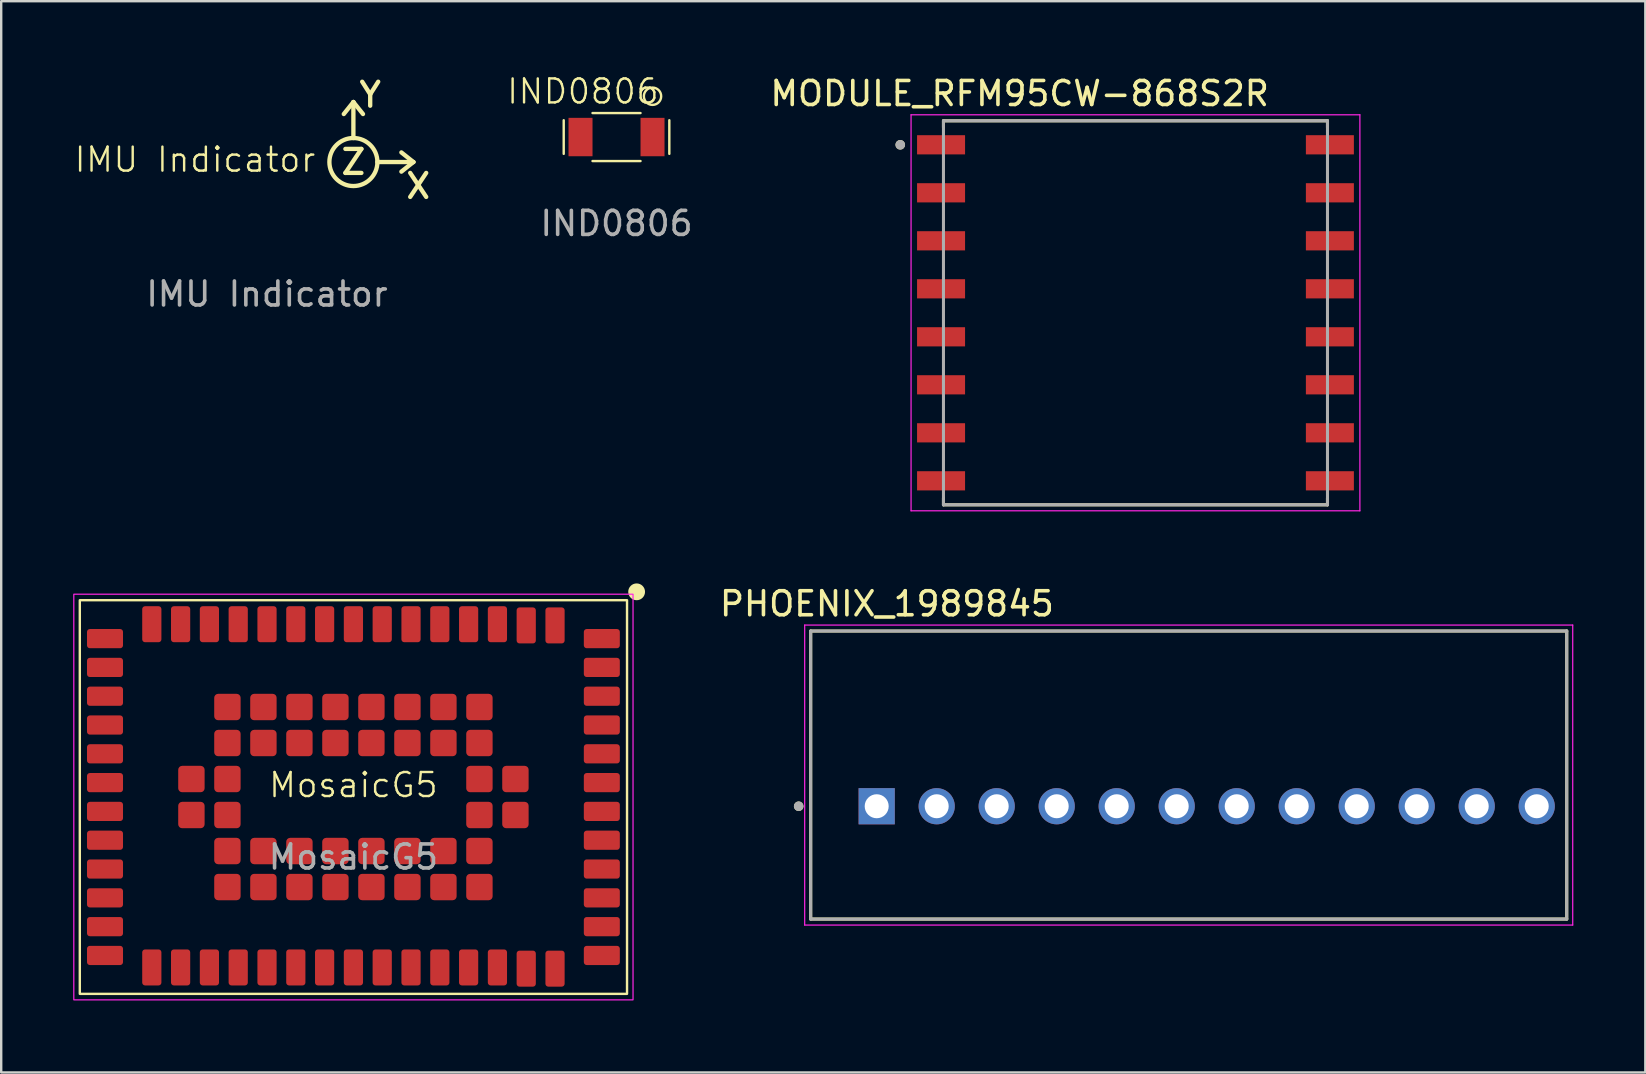
<source format=kicad_pcb>
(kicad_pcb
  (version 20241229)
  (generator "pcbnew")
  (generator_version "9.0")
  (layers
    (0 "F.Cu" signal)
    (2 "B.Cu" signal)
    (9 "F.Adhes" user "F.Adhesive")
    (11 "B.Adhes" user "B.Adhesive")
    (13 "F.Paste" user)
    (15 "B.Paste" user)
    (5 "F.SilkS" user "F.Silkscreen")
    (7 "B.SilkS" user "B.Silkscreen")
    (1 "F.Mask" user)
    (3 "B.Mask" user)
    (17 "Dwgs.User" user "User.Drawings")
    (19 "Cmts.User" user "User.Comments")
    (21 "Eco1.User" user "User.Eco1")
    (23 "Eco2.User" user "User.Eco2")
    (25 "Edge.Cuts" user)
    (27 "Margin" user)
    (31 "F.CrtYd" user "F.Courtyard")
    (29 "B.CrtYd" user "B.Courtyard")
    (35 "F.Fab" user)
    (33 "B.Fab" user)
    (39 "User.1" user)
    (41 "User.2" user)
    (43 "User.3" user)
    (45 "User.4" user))
  (footprint "PHOENIX_1989845"
    (layer "F.Cu")
    (at 30.727 35.242)
    (property "Reference" "PHOENIX_1989845" (at 3.175 -13.135 0) (layer "F.SilkS") (effects (font (size 1 1) (thickness 0.15))))
    (attr through_hole)
    (fp_line (start 0 -12) (end 0 0) (stroke (width 0.127) (type solid)) (layer "F.SilkS"))
    (fp_line (start 0 0) (end 31.5 0) (stroke (width 0.127) (type solid)) (layer "F.SilkS"))
    (fp_line (start 31.5 -12) (end 0 -12) (stroke (width 0.127) (type solid)) (layer "F.SilkS"))
    (fp_line (start 31.5 0) (end 31.5 -12) (stroke (width 0.127) (type solid)) (layer "F.SilkS"))
    (fp_circle (center -0.5 -4.7) (end -0.4 -4.7) (stroke (width 0.2) (type solid)) (fill no) (layer "F.SilkS"))
    (fp_line (start -0.25 -12.25) (end -0.25 0.25) (stroke (width 0.05) (type solid)) (layer "F.CrtYd"))
    (fp_line (start -0.25 0.25) (end 31.75 0.25) (stroke (width 0.05) (type solid)) (layer "F.CrtYd"))
    (fp_line (start 31.75 -12.25) (end -0.25 -12.25) (stroke (width 0.05) (type solid)) (layer "F.CrtYd"))
    (fp_line (start 31.75 0.25) (end 31.75 -12.25) (stroke (width 0.05) (type solid)) (layer "F.CrtYd"))
    (fp_line (start 0 -12) (end 0 0) (stroke (width 0.127) (type solid)) (layer "F.Fab"))
    (fp_line (start 0 0) (end 31.5 0) (stroke (width 0.127) (type solid)) (layer "F.Fab"))
    (fp_line (start 31.5 -12) (end 0 -12) (stroke (width 0.127) (type solid)) (layer "F.Fab"))
    (fp_line (start 31.5 0) (end 31.5 -12) (stroke (width 0.127) (type solid)) (layer "F.Fab"))
    (fp_circle (center -0.5 -4.7) (end -0.4 -4.7) (stroke (width 0.2) (type solid)) (fill no) (layer "F.Fab"))
    (pad "1" thru_hole rect (at 2.75 -4.7) (size 1.508 1.508) (drill 1) (layers "*.Cu" "*.Mask"))
    (pad "2" thru_hole circle (at 5.25 -4.7) (size 1.508 1.508) (drill 1) (layers "*.Cu" "*.Mask"))
    (pad "3" thru_hole circle (at 7.75 -4.7) (size 1.508 1.508) (drill 1) (layers "*.Cu" "*.Mask"))
    (pad "4" thru_hole circle (at 10.25 -4.7) (size 1.508 1.508) (drill 1) (layers "*.Cu" "*.Mask"))
    (pad "5" thru_hole circle (at 12.75 -4.7) (size 1.508 1.508) (drill 1) (layers "*.Cu" "*.Mask"))
    (pad "6" thru_hole circle (at 15.25 -4.7) (size 1.508 1.508) (drill 1) (layers "*.Cu" "*.Mask"))
    (pad "7" thru_hole circle (at 17.75 -4.7) (size 1.508 1.508) (drill 1) (layers "*.Cu" "*.Mask"))
    (pad "8" thru_hole circle (at 20.25 -4.7) (size 1.508 1.508) (drill 1) (layers "*.Cu" "*.Mask"))
    (pad "9" thru_hole circle (at 22.75 -4.7) (size 1.508 1.508) (drill 1) (layers "*.Cu" "*.Mask"))
    (pad "10" thru_hole circle (at 25.25 -4.7) (size 1.508 1.508) (drill 1) (layers "*.Cu" "*.Mask"))
    (pad "11" thru_hole circle (at 27.75 -4.7) (size 1.508 1.508) (drill 1) (layers "*.Cu" "*.Mask"))
    (pad "12" thru_hole circle (at 30.25 -4.7) (size 1.508 1.508) (drill 1) (layers "*.Cu" "*.Mask")))
  (footprint "MosaicG5"
    (layer "F.Cu")
    (at 11.675 30.158)
    (property "Reference" "MosaicG5" (at 0 -0.5 0) (unlocked yes) (layer "F.SilkS") (effects (font (size 1 1) (thickness 0.1))))
    (attr smd)
    (fp_rect (start -11.4 -8.2) (end 11.4 8.2) (stroke (width 0.1) (type solid)) (fill no) (layer "F.SilkS"))
    (fp_circle (center 11.8 -8.55) (end 12.1 -8.55) (stroke (width 0.1) (type solid)) (fill yes) (layer "F.SilkS"))
    (fp_rect (start -11.65 -8.45) (end 11.65 8.45) (stroke (width 0.05) (type solid)) (fill no) (layer "F.CrtYd"))
    (fp_text user "${REFERENCE}" (at 0 2.5 0) (unlocked yes) (layer "F.Fab") (effects (font (size 1 1) (thickness 0.15))))
    (pad "1" smd roundrect (at 8.4 -7.15) (size 0.8 1.5) (layers "F.Cu" "F.Mask" "F.Paste") (roundrect_rratio 0.15))
    (pad "2" smd roundrect (at 7.2 -7.15) (size 0.8 1.5) (layers "F.Cu" "F.Mask" "F.Paste") (roundrect_rratio 0.15))
    (pad "3" smd roundrect (at 6 -7.2) (size 0.8 1.5) (layers "F.Cu" "F.Mask" "F.Paste") (roundrect_rratio 0.15))
    (pad "4" smd roundrect (at 4.8 -7.2) (size 0.8 1.5) (layers "F.Cu" "F.Mask" "F.Paste") (roundrect_rratio 0.15))
    (pad "5" smd roundrect (at 3.6 -7.2) (size 0.8 1.5) (layers "F.Cu" "F.Mask" "F.Paste") (roundrect_rratio 0.15))
    (pad "6" smd roundrect (at 2.4 -7.2) (size 0.8 1.5) (layers "F.Cu" "F.Mask" "F.Paste") (roundrect_rratio 0.15))
    (pad "7" smd roundrect (at 1.2 -7.2) (size 0.8 1.5) (layers "F.Cu" "F.Mask" "F.Paste") (roundrect_rratio 0.15))
    (pad "8" smd roundrect (at 0 -7.2) (size 0.8 1.5) (layers "F.Cu" "F.Mask" "F.Paste") (roundrect_rratio 0.15))
    (pad "9" smd roundrect (at -1.2 -7.2) (size 0.8 1.5) (layers "F.Cu" "F.Mask" "F.Paste") (roundrect_rratio 0.15))
    (pad "10" smd roundrect (at -2.4 -7.2) (size 0.8 1.5) (layers "F.Cu" "F.Mask" "F.Paste") (roundrect_rratio 0.15))
    (pad "11" smd roundrect (at -3.6 -7.2) (size 0.8 1.5) (layers "F.Cu" "F.Mask" "F.Paste") (roundrect_rratio 0.15))
    (pad "12" smd roundrect (at -4.8 -7.2) (size 0.8 1.5) (layers "F.Cu" "F.Mask" "F.Paste") (roundrect_rratio 0.15))
    (pad "13" smd roundrect (at -6 -7.2) (size 0.8 1.5) (layers "F.Cu" "F.Mask" "F.Paste") (roundrect_rratio 0.15))
    (pad "14" smd roundrect (at -7.2 -7.2) (size 0.8 1.5) (layers "F.Cu" "F.Mask" "F.Paste") (roundrect_rratio 0.15))
    (pad "15" smd roundrect (at -8.4 -7.2) (size 0.8 1.5) (layers "F.Cu" "F.Mask" "F.Paste") (roundrect_rratio 0.15))
    (pad "16" smd roundrect (at -10.35 -6.6) (size 1.5 0.8) (layers "F.Cu" "F.Mask" "F.Paste") (roundrect_rratio 0.15))
    (pad "17" smd roundrect (at -10.35 -5.4) (size 1.5 0.8) (layers "F.Cu" "F.Mask" "F.Paste") (roundrect_rratio 0.15))
    (pad "18" smd roundrect (at -10.35 -4.2) (size 1.5 0.8) (layers "F.Cu" "F.Mask" "F.Paste") (roundrect_rratio 0.15))
    (pad "19" smd roundrect (at -10.35 -3) (size 1.5 0.8) (layers "F.Cu" "F.Mask" "F.Paste") (roundrect_rratio 0.15))
    (pad "20" smd roundrect (at -10.35 -1.8) (size 1.5 0.8) (layers "F.Cu" "F.Mask" "F.Paste") (roundrect_rratio 0.15))
    (pad "21" smd roundrect (at -10.35 -0.6) (size 1.5 0.8) (layers "F.Cu" "F.Mask" "F.Paste") (roundrect_rratio 0.15))
    (pad "22" smd roundrect (at -10.35 0.6) (size 1.5 0.8) (layers "F.Cu" "F.Mask" "F.Paste") (roundrect_rratio 0.15))
    (pad "23" smd roundrect (at -10.35 1.8) (size 1.5 0.8) (layers "F.Cu" "F.Mask" "F.Paste") (roundrect_rratio 0.15))
    (pad "24" smd roundrect (at -10.35 3) (size 1.5 0.8) (layers "F.Cu" "F.Mask" "F.Paste") (roundrect_rratio 0.15))
    (pad "25" smd roundrect (at -10.35 4.2) (size 1.5 0.8) (layers "F.Cu" "F.Mask" "F.Paste") (roundrect_rratio 0.15))
    (pad "26" smd roundrect (at -10.35 5.4) (size 1.5 0.8) (layers "F.Cu" "F.Mask" "F.Paste") (roundrect_rratio 0.15))
    (pad "27" smd roundrect (at -10.35 6.6) (size 1.5 0.8) (layers "F.Cu" "F.Mask" "F.Paste") (roundrect_rratio 0.15))
    (pad "28" smd roundrect (at -8.4 7.1) (size 0.8 1.5) (layers "F.Cu" "F.Mask" "F.Paste") (roundrect_rratio 0.15))
    (pad "29" smd roundrect (at -7.2 7.1) (size 0.8 1.5) (layers "F.Cu" "F.Mask" "F.Paste") (roundrect_rratio 0.15))
    (pad "30" smd roundrect (at -6 7.1) (size 0.8 1.5) (layers "F.Cu" "F.Mask" "F.Paste") (roundrect_rratio 0.15))
    (pad "31" smd roundrect (at -4.8 7.1) (size 0.8 1.5) (layers "F.Cu" "F.Mask" "F.Paste") (roundrect_rratio 0.15))
    (pad "32" smd roundrect (at -3.6 7.1) (size 0.8 1.5) (layers "F.Cu" "F.Mask" "F.Paste") (roundrect_rratio 0.15))
    (pad "33" smd roundrect (at -2.4 7.1) (size 0.8 1.5) (layers "F.Cu" "F.Mask" "F.Paste") (roundrect_rratio 0.15))
    (pad "34" smd roundrect (at -1.2 7.1) (size 0.8 1.5) (layers "F.Cu" "F.Mask" "F.Paste") (roundrect_rratio 0.15))
    (pad "35" smd roundrect (at 0 7.1) (size 0.8 1.5) (layers "F.Cu" "F.Mask" "F.Paste") (roundrect_rratio 0.15))
    (pad "36" smd roundrect (at 1.2 7.1) (size 0.8 1.5) (layers "F.Cu" "F.Mask" "F.Paste") (roundrect_rratio 0.15))
    (pad "37" smd roundrect (at 2.4 7.1) (size 0.8 1.5) (layers "F.Cu" "F.Mask" "F.Paste") (roundrect_rratio 0.15))
    (pad "38" smd roundrect (at 3.6 7.1) (size 0.8 1.5) (layers "F.Cu" "F.Mask" "F.Paste") (roundrect_rratio 0.15))
    (pad "39" smd roundrect (at 4.8 7.1) (size 0.8 1.5) (layers "F.Cu" "F.Mask" "F.Paste") (roundrect_rratio 0.15))
    (pad "40" smd roundrect (at 6 7.1) (size 0.8 1.5) (layers "F.Cu" "F.Mask" "F.Paste") (roundrect_rratio 0.15))
    (pad "41" smd roundrect (at 7.2 7.15) (size 0.8 1.5) (layers "F.Cu" "F.Mask" "F.Paste") (roundrect_rratio 0.15))
    (pad "42" smd roundrect (at 8.4 7.15) (size 0.8 1.5) (layers "F.Cu" "F.Mask" "F.Paste") (roundrect_rratio 0.15))
    (pad "43" smd roundrect (at 10.35 6.6) (size 1.5 0.8) (layers "F.Cu" "F.Mask" "F.Paste") (roundrect_rratio 0.15))
    (pad "44" smd roundrect (at 10.35 5.4) (size 1.5 0.8) (layers "F.Cu" "F.Mask" "F.Paste") (roundrect_rratio 0.15))
    (pad "45" smd roundrect (at 10.35 4.2) (size 1.5 0.8) (layers "F.Cu" "F.Mask" "F.Paste") (roundrect_rratio 0.15))
    (pad "46" smd roundrect (at 10.35 3) (size 1.5 0.8) (layers "F.Cu" "F.Mask" "F.Paste") (roundrect_rratio 0.15))
    (pad "47" smd roundrect (at 10.35 1.8) (size 1.5 0.8) (layers "F.Cu" "F.Mask" "F.Paste") (roundrect_rratio 0.15))
    (pad "48" smd roundrect (at 10.35 0.6) (size 1.5 0.8) (layers "F.Cu" "F.Mask" "F.Paste") (roundrect_rratio 0.15))
    (pad "49" smd roundrect (at 10.35 -0.6) (size 1.5 0.8) (layers "F.Cu" "F.Mask" "F.Paste") (roundrect_rratio 0.15))
    (pad "50" smd roundrect (at 10.35 -1.8) (size 1.5 0.8) (layers "F.Cu" "F.Mask" "F.Paste") (roundrect_rratio 0.15))
    (pad "51" smd roundrect (at 10.35 -3) (size 1.5 0.8) (layers "F.Cu" "F.Mask" "F.Paste") (roundrect_rratio 0.15))
    (pad "52" smd roundrect (at 10.35 -4.2) (size 1.5 0.8) (layers "F.Cu" "F.Mask" "F.Paste") (roundrect_rratio 0.15))
    (pad "53" smd roundrect (at 10.35 -5.4) (size 1.5 0.8) (layers "F.Cu" "F.Mask" "F.Paste") (roundrect_rratio 0.15))
    (pad "54" smd roundrect (at 10.35 -6.6) (size 1.5 0.8) (layers "F.Cu" "F.Mask" "F.Paste") (roundrect_rratio 0.15))
    (pad "G" smd roundrect (at -6.75 -0.75) (size 1.1 1.1) (layers "F.Cu" "F.Mask" "F.Paste") (roundrect_rratio 0.15))
    (pad "G" smd roundrect (at -6.75 0.75) (size 1.1 1.1) (layers "F.Cu" "F.Mask" "F.Paste") (roundrect_rratio 0.15))
    (pad "G" smd roundrect (at -5.25 -3.75) (size 1.1 1.1) (layers "F.Cu" "F.Mask" "F.Paste") (roundrect_rratio 0.15))
    (pad "G" smd roundrect (at -5.25 -2.25) (size 1.1 1.1) (layers "F.Cu" "F.Mask" "F.Paste") (roundrect_rratio 0.15))
    (pad "G" smd roundrect (at -5.25 -0.75) (size 1.1 1.1) (layers "F.Cu" "F.Mask" "F.Paste") (roundrect_rratio 0.15))
    (pad "G" smd roundrect (at -5.25 0.75) (size 1.1 1.1) (layers "F.Cu" "F.Mask" "F.Paste") (roundrect_rratio 0.15))
    (pad "G" smd roundrect (at -5.25 2.25) (size 1.1 1.1) (layers "F.Cu" "F.Mask" "F.Paste") (roundrect_rratio 0.15))
    (pad "G" smd roundrect (at -5.25 3.75) (size 1.1 1.1) (layers "F.Cu" "F.Mask" "F.Paste") (roundrect_rratio 0.15))
    (pad "G" smd roundrect (at -3.75 -3.75) (size 1.1 1.1) (layers "F.Cu" "F.Mask" "F.Paste") (roundrect_rratio 0.15))
    (pad "G" smd roundrect (at -3.75 -2.25) (size 1.1 1.1) (layers "F.Cu" "F.Mask" "F.Paste") (roundrect_rratio 0.15))
    (pad "G" smd roundrect (at -3.75 2.25) (size 1.1 1.1) (layers "F.Cu" "F.Mask" "F.Paste") (roundrect_rratio 0.15))
    (pad "G" smd roundrect (at -3.75 3.75) (size 1.1 1.1) (layers "F.Cu" "F.Mask" "F.Paste") (roundrect_rratio 0.15))
    (pad "G" smd roundrect (at -2.25 -3.75) (size 1.1 1.1) (layers "F.Cu" "F.Mask" "F.Paste") (roundrect_rratio 0.15))
    (pad "G" smd roundrect (at -2.25 -2.25) (size 1.1 1.1) (layers "F.Cu" "F.Mask" "F.Paste") (roundrect_rratio 0.15))
    (pad "G" smd roundrect (at -2.25 2.25) (size 1.1 1.1) (layers "F.Cu" "F.Mask" "F.Paste") (roundrect_rratio 0.15))
    (pad "G" smd roundrect (at -2.25 3.75) (size 1.1 1.1) (layers "F.Cu" "F.Mask" "F.Paste") (roundrect_rratio 0.15))
    (pad "G" smd roundrect (at -0.75 -3.75) (size 1.1 1.1) (layers "F.Cu" "F.Mask" "F.Paste") (roundrect_rratio 0.15))
    (pad "G" smd roundrect (at -0.75 -2.25) (size 1.1 1.1) (layers "F.Cu" "F.Mask" "F.Paste") (roundrect_rratio 0.15))
    (pad "G" smd roundrect (at -0.75 2.25) (size 1.1 1.1) (layers "F.Cu" "F.Mask" "F.Paste") (roundrect_rratio 0.15))
    (pad "G" smd roundrect (at -0.75 3.75) (size 1.1 1.1) (layers "F.Cu" "F.Mask" "F.Paste") (roundrect_rratio 0.15))
    (pad "G" smd roundrect (at 0.75 -3.75) (size 1.1 1.1) (layers "F.Cu" "F.Mask" "F.Paste") (roundrect_rratio 0.15))
    (pad "G" smd roundrect (at 0.75 -2.25) (size 1.1 1.1) (layers "F.Cu" "F.Mask" "F.Paste") (roundrect_rratio 0.15))
    (pad "G" smd roundrect (at 0.75 2.25) (size 1.1 1.1) (layers "F.Cu" "F.Mask" "F.Paste") (roundrect_rratio 0.15))
    (pad "G" smd roundrect (at 0.75 3.75) (size 1.1 1.1) (layers "F.Cu" "F.Mask" "F.Paste") (roundrect_rratio 0.15))
    (pad "G" smd roundrect (at 2.25 -3.75) (size 1.1 1.1) (layers "F.Cu" "F.Mask" "F.Paste") (roundrect_rratio 0.15))
    (pad "G" smd roundrect (at 2.25 -2.25) (size 1.1 1.1) (layers "F.Cu" "F.Mask" "F.Paste") (roundrect_rratio 0.15))
    (pad "G" smd roundrect (at 2.25 2.25) (size 1.1 1.1) (layers "F.Cu" "F.Mask" "F.Paste") (roundrect_rratio 0.15))
    (pad "G" smd roundrect (at 2.25 3.75) (size 1.1 1.1) (layers "F.Cu" "F.Mask" "F.Paste") (roundrect_rratio 0.15))
    (pad "G" smd roundrect (at 3.75 -3.75) (size 1.1 1.1) (layers "F.Cu" "F.Mask" "F.Paste") (roundrect_rratio 0.15))
    (pad "G" smd roundrect (at 3.75 -2.25) (size 1.1 1.1) (layers "F.Cu" "F.Mask" "F.Paste") (roundrect_rratio 0.15))
    (pad "G" smd roundrect (at 3.75 2.25) (size 1.1 1.1) (layers "F.Cu" "F.Mask" "F.Paste") (roundrect_rratio 0.15))
    (pad "G" smd roundrect (at 3.75 3.75) (size 1.1 1.1) (layers "F.Cu" "F.Mask" "F.Paste") (roundrect_rratio 0.15))
    (pad "G" smd roundrect (at 5.25 -3.75) (size 1.1 1.1) (layers "F.Cu" "F.Mask" "F.Paste") (roundrect_rratio 0.15))
    (pad "G" smd roundrect (at 5.25 -2.25) (size 1.1 1.1) (layers "F.Cu" "F.Mask" "F.Paste") (roundrect_rratio 0.15))
    (pad "G" smd roundrect (at 5.25 -0.75) (size 1.1 1.1) (layers "F.Cu" "F.Mask" "F.Paste") (roundrect_rratio 0.15))
    (pad "G" smd roundrect (at 5.25 0.75) (size 1.1 1.1) (layers "F.Cu" "F.Mask" "F.Paste") (roundrect_rratio 0.15))
    (pad "G" smd roundrect (at 5.25 2.25) (size 1.1 1.1) (layers "F.Cu" "F.Mask" "F.Paste") (roundrect_rratio 0.15))
    (pad "G" smd roundrect (at 5.25 3.75) (size 1.1 1.1) (layers "F.Cu" "F.Mask" "F.Paste") (roundrect_rratio 0.15))
    (pad "G" smd roundrect (at 6.75 -0.75) (size 1.1 1.1) (layers "F.Cu" "F.Mask" "F.Paste") (roundrect_rratio 0.15))
    (pad "G" smd roundrect (at 6.75 0.75) (size 1.1 1.1) (layers "F.Cu" "F.Mask" "F.Paste") (roundrect_rratio 0.15)))
  (footprint "IND0806"
    (layer "F.Cu")
    (at 22.637 2.66)
    (property "Reference" "IND0806" (at -1.4 -1.9 0) (unlocked yes) (layer "F.SilkS") (effects (font (size 1 1) (thickness 0.1))))
    (attr smd)
    (fp_line (start -2.2 -0.7) (end -2.2 0.7) (stroke (width 0.1) (type default)) (layer "F.SilkS"))
    (fp_line (start -1 -1) (end 1 -1) (stroke (width 0.1) (type default)) (layer "F.SilkS"))
    (fp_line (start -1 1) (end 1 1) (stroke (width 0.1) (type default)) (layer "F.SilkS"))
    (fp_line (start 2.2 -0.7) (end 2.2 0.7) (stroke (width 0.1) (type default)) (layer "F.SilkS"))
    (fp_circle (center 1.5 -1.7) (end 1.7 -1.4) (stroke (width 0.1) (type default)) (fill no) (layer "F.SilkS"))
    (fp_text user "${REFERENCE}" (at 0 3.6 0) (unlocked yes) (layer "F.Fab") (effects (font (size 1 1) (thickness 0.15))))
    (pad "1" smd rect (at -1.5 0) (size 1 1.6) (layers "F.Cu" "F.Mask" "F.Paste"))
    (pad "2" smd rect (at 1.5 0) (size 1 1.6) (layers "F.Cu" "F.Mask" "F.Paste")))
  (footprint "MODULE_RFM95CW-868S2R"
    (layer "F.Cu")
    (at 44.259 9.983)
    (property "Reference" "MODULE_RFM95CW-868S2R" (at -4.825 -9.135 0) (layer "F.SilkS") (effects (font (size 1 1) (thickness 0.15))))
    (attr smd)
    (fp_line (start -8 -8) (end -8 -7.72) (stroke (width 0.127) (type solid)) (layer "F.SilkS"))
    (fp_line (start -8 8) (end -8 7.72) (stroke (width 0.127) (type solid)) (layer "F.SilkS"))
    (fp_line (start 8 -8) (end -8 -8) (stroke (width 0.127) (type solid)) (layer "F.SilkS"))
    (fp_line (start 8 -7.72) (end 8 -8) (stroke (width 0.127) (type solid)) (layer "F.SilkS"))
    (fp_line (start 8 7.72) (end 8 8) (stroke (width 0.127) (type solid)) (layer "F.SilkS"))
    (fp_line (start 8 8) (end -8 8) (stroke (width 0.127) (type solid)) (layer "F.SilkS"))
    (fp_circle (center -9.8 -7) (end -9.7 -7) (stroke (width 0.2) (type solid)) (fill no) (layer "F.SilkS"))
    (fp_line (start -9.35 -8.25) (end 9.35 -8.25) (stroke (width 0.05) (type solid)) (layer "F.CrtYd"))
    (fp_line (start -9.35 8.25) (end -9.35 -8.25) (stroke (width 0.05) (type solid)) (layer "F.CrtYd"))
    (fp_line (start 9.35 -8.25) (end 9.35 8.25) (stroke (width 0.05) (type solid)) (layer "F.CrtYd"))
    (fp_line (start 9.35 8.25) (end -9.35 8.25) (stroke (width 0.05) (type solid)) (layer "F.CrtYd"))
    (fp_line (start -8 -8) (end 8 -8) (stroke (width 0.127) (type solid)) (layer "F.Fab"))
    (fp_line (start -8 8) (end -8 -8) (stroke (width 0.127) (type solid)) (layer "F.Fab"))
    (fp_line (start 8 -8) (end 8 8) (stroke (width 0.127) (type solid)) (layer "F.Fab"))
    (fp_line (start 8 8) (end -8 8) (stroke (width 0.127) (type solid)) (layer "F.Fab"))
    (fp_circle (center -9.8 -7) (end -9.7 -7) (stroke (width 0.2) (type solid)) (fill no) (layer "F.Fab"))
    (pad "1" smd rect (at -8.1 -7) (size 2 0.8) (layers "F.Cu" "F.Mask" "F.Paste"))
    (pad "2" smd rect (at -8.1 -5) (size 2 0.8) (layers "F.Cu" "F.Mask" "F.Paste"))
    (pad "3" smd rect (at -8.1 -3) (size 2 0.8) (layers "F.Cu" "F.Mask" "F.Paste"))
    (pad "4" smd rect (at -8.1 -1) (size 2 0.8) (layers "F.Cu" "F.Mask" "F.Paste"))
    (pad "5" smd rect (at -8.1 1) (size 2 0.8) (layers "F.Cu" "F.Mask" "F.Paste"))
    (pad "6" smd rect (at -8.1 3) (size 2 0.8) (layers "F.Cu" "F.Mask" "F.Paste"))
    (pad "7" smd rect (at -8.1 5) (size 2 0.8) (layers "F.Cu" "F.Mask" "F.Paste"))
    (pad "8" smd rect (at -8.1 7) (size 2 0.8) (layers "F.Cu" "F.Mask" "F.Paste"))
    (pad "9" smd rect (at 8.1 7) (size 2 0.8) (layers "F.Cu" "F.Mask" "F.Paste"))
    (pad "10" smd rect (at 8.1 5) (size 2 0.8) (layers "F.Cu" "F.Mask" "F.Paste"))
    (pad "11" smd rect (at 8.1 3) (size 2 0.8) (layers "F.Cu" "F.Mask" "F.Paste"))
    (pad "12" smd rect (at 8.1 1) (size 2 0.8) (layers "F.Cu" "F.Mask" "F.Paste"))
    (pad "13" smd rect (at 8.1 -1) (size 2 0.8) (layers "F.Cu" "F.Mask" "F.Paste"))
    (pad "14" smd rect (at 8.1 -3) (size 2 0.8) (layers "F.Cu" "F.Mask" "F.Paste"))
    (pad "15" smd rect (at 8.1 -5) (size 2 0.8) (layers "F.Cu" "F.Mask" "F.Paste"))
    (pad "16" smd rect (at 8.1 -7) (size 2 0.8) (layers "F.Cu" "F.Mask" "F.Paste")))
  (footprint "IMU Indicator"
    (layer "F.Cu")
    (at 11.674 3.701)
    (property "Reference" "IMU Indicator" (at -6.6 -0.1 0) (unlocked yes) (layer "F.SilkS") (effects (font (size 1 1) (thickness 0.1))))
    (attr smd)
    (fp_line (start 0 -2.5) (end -0.4 -2) (stroke (width 0.18) (type solid)) (layer "F.SilkS"))
    (fp_line (start 0 -2.5) (end 0.4 -2) (stroke (width 0.18) (type solid)) (layer "F.SilkS"))
    (fp_line (start 0 -1) (end 0 -2.5) (stroke (width 0.18) (type solid)) (layer "F.SilkS"))
    (fp_line (start 1 0) (end 2.5 0) (stroke (width 0.18) (type solid)) (layer "F.SilkS"))
    (fp_line (start 2.5 0) (end 2 -0.4) (stroke (width 0.18) (type solid)) (layer "F.SilkS"))
    (fp_line (start 2.5 0) (end 2 0.4) (stroke (width 0.18) (type solid)) (layer "F.SilkS"))
    (fp_circle (center 0 0) (end 1 0) (stroke (width 0.18) (type solid)) (fill no) (layer "F.SilkS"))
    (fp_text user "X" (at 2.7 1 0) (unlocked yes) (layer "F.SilkS") (effects (font (size 1 1) (thickness 0.18) (bold yes))))
    (fp_text user "Y" (at 0.7 -2.8 0) (unlocked yes) (layer "F.SilkS") (effects (font (size 1 1) (thickness 0.18) (bold yes))))
    (fp_text user "Z" (at 0 0 0) (unlocked yes) (layer "F.SilkS") (effects (font (size 1 1) (thickness 0.18) (bold yes))))
    (fp_text user "${REFERENCE}" (at -3.6 5.5 0) (unlocked yes) (layer "F.Fab") (effects (font (size 1 1) (thickness 0.15)))))
  (gr_rect
    (start -3 -3)
    (end 65.502 41.633)
    (stroke (width 0.1) (type default))
    (fill no)
    (layer "Edge.Cuts")))
</source>
